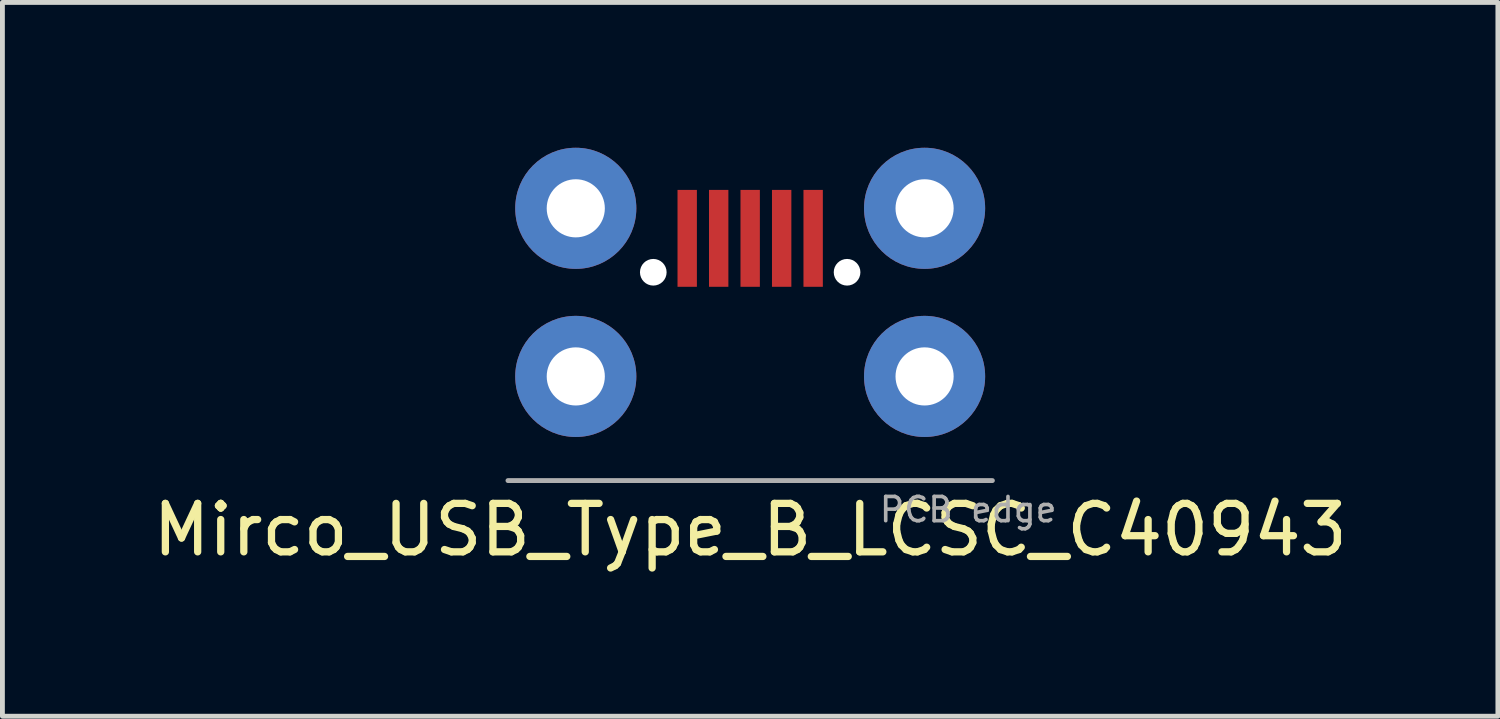
<source format=kicad_pcb>
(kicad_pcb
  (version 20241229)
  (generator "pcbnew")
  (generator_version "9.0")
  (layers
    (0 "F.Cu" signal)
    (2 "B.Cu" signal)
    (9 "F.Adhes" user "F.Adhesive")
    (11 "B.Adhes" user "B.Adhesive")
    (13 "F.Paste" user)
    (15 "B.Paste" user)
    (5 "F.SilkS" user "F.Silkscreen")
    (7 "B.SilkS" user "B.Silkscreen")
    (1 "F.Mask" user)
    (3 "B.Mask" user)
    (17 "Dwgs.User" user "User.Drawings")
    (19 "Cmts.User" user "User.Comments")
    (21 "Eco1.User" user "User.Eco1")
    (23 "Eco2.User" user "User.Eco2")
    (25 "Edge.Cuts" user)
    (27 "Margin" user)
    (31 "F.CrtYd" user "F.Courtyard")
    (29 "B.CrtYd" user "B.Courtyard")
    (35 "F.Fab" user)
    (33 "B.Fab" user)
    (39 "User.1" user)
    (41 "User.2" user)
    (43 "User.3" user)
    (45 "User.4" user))
  (footprint "Mirco_USB_Type_B_LCSC_C40943"
    (layer "F.Cu")
    (at 12.435 6.87)
    (property "Reference" "Mirco_USB_Type_B_LCSC_C40943" (at 0 1.016 0) (layer "F.SilkS") (effects (font (size 1 1) (thickness 0.15))))
    (attr smd)
    (fp_line (start -5 0) (end 5 0) (stroke (width 0.1) (type solid)) (layer "F.Fab"))
    (fp_text user "PCB edge" (at 4.5 0.6 0) (layer "F.Fab") (effects (font (size 0.5 0.5) (thickness 0.075))))
    (pad "" np_thru_hole circle (at -2 -4.3) (size 0.55 0.55) (drill 0.55) (layers "*.Cu"))
    (pad "" np_thru_hole circle (at 2 -4.3) (size 0.55 0.55) (drill 0.55) (layers "*.Cu"))
    (pad "1" smd rect (at -1.3 -5) (size 0.4 2) (layers "F.Cu" "F.Mask" "F.Paste"))
    (pad "2" smd rect (at -0.65 -5) (size 0.4 2) (layers "F.Cu" "F.Mask" "F.Paste"))
    (pad "3" smd rect (at 0 -5) (size 0.4 2) (layers "F.Cu" "F.Mask" "F.Paste"))
    (pad "4" smd rect (at 0.65 -5) (size 0.4 2) (layers "F.Cu" "F.Mask" "F.Paste"))
    (pad "5" smd rect (at 1.3 -5) (size 0.4 2) (layers "F.Cu" "F.Mask" "F.Paste"))
    (pad "6" thru_hole circle (at -3.6 -5.62) (size 2.5 2.5) (drill 1.2) (layers "*.Cu" "*.Mask"))
    (pad "6" thru_hole circle (at -3.6 -2.15) (size 2.5 2.5) (drill 1.2) (layers "*.Cu" "*.Mask"))
    (pad "6" thru_hole circle (at 3.6 -5.62) (size 2.5 2.5) (drill 1.2) (layers "*.Cu" "*.Mask"))
    (pad "6" thru_hole circle (at 3.6 -2.15) (size 2.5 2.5) (drill 1.2) (layers "*.Cu" "*.Mask")))
  (gr_rect
    (start -3 -3)
    (end 27.869 11.734)
    (stroke (width 0.1) (type default))
    (fill no)
    (layer "Edge.Cuts")))
</source>
